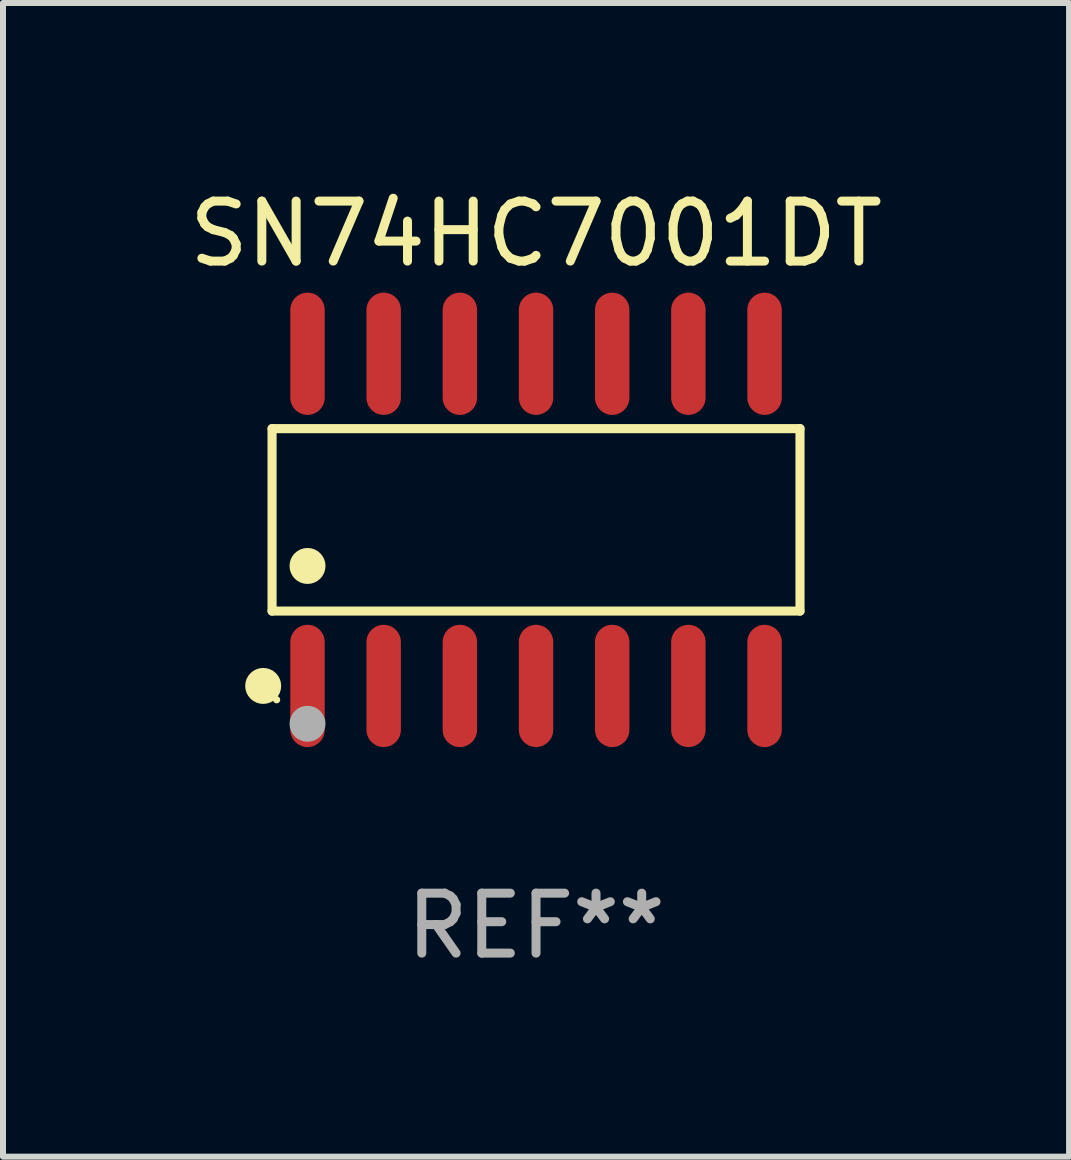
<source format=kicad_pcb>
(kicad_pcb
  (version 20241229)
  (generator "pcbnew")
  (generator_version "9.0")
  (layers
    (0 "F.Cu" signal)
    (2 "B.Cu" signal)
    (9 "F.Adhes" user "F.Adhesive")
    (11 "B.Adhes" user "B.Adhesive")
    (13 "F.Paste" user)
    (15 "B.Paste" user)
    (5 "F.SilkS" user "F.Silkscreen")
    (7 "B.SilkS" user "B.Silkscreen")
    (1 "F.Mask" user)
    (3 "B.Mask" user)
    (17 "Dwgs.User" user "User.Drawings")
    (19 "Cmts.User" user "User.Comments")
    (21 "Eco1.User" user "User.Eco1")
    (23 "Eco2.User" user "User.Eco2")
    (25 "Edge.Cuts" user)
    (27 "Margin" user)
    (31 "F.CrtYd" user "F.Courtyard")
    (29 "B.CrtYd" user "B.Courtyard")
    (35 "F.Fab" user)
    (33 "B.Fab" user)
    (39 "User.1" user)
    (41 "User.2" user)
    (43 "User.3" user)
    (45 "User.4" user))
  (footprint "SN74HC7001DT"
    (layer "F.Cu")
    (at 5.887 5.617)
    (property "Reference" "SN74HC7001DT" (at 0 -4.769 0) (layer "F.SilkS") (effects (font (size 1 1) (thickness 0.15))))
    (attr through_hole)
    (fp_line (start -4.401 -1.521) (end 4.401 -1.521) (stroke (width 0.152) (type solid)) (layer "F.SilkS"))
    (fp_line (start -4.401 1.521) (end -4.401 -1.521) (stroke (width 0.152) (type solid)) (layer "F.SilkS"))
    (fp_line (start 4.401 -1.521) (end 4.401 1.521) (stroke (width 0.152) (type solid)) (layer "F.SilkS"))
    (fp_line (start 4.401 1.521) (end -4.401 1.521) (stroke (width 0.152) (type solid)) (layer "F.SilkS"))
    (fp_circle (center -4.549 2.769) (end -4.399 2.769) (stroke (width 0.3) (type solid)) (fill no) (layer "F.SilkS"))
    (fp_circle (center -4.325 3) (end -4.295 3) (stroke (width 0.06) (type solid)) (fill no) (layer "F.SilkS"))
    (fp_circle (center -3.81 0.769) (end -3.66 0.769) (stroke (width 0.3) (type solid)) (fill no) (layer "F.SilkS"))
    (fp_circle (center -3.81 3.4) (end -3.66 3.4) (stroke (width 0.3) (type solid)) (fill no) (layer "F.Fab"))
    (fp_text user "REF**" (at 0 6.769 0) (layer "F.Fab") (effects (font (size 1 1) (thickness 0.15))))
    (pad "1" smd oval (at -3.81 2.769) (size 0.574 2.038) (layers "F.Cu" "F.Mask" "F.Paste"))
    (pad "2" smd oval (at -2.54 2.769) (size 0.574 2.038) (layers "F.Cu" "F.Mask" "F.Paste"))
    (pad "3" smd oval (at -1.27 2.769) (size 0.574 2.038) (layers "F.Cu" "F.Mask" "F.Paste"))
    (pad "4" smd oval (at 0 2.769) (size 0.574 2.038) (layers "F.Cu" "F.Mask" "F.Paste"))
    (pad "5" smd oval (at 1.27 2.769) (size 0.574 2.038) (layers "F.Cu" "F.Mask" "F.Paste"))
    (pad "6" smd oval (at 2.54 2.769) (size 0.574 2.038) (layers "F.Cu" "F.Mask" "F.Paste"))
    (pad "7" smd oval (at 3.81 2.769) (size 0.574 2.038) (layers "F.Cu" "F.Mask" "F.Paste"))
    (pad "8" smd oval (at 3.81 -2.769) (size 0.574 2.038) (layers "F.Cu" "F.Mask" "F.Paste"))
    (pad "9" smd oval (at 2.54 -2.769) (size 0.574 2.038) (layers "F.Cu" "F.Mask" "F.Paste"))
    (pad "10" smd oval (at 1.27 -2.769) (size 0.574 2.038) (layers "F.Cu" "F.Mask" "F.Paste"))
    (pad "11" smd oval (at 0 -2.769) (size 0.574 2.038) (layers "F.Cu" "F.Mask" "F.Paste"))
    (pad "12" smd oval (at -1.27 -2.769) (size 0.574 2.038) (layers "F.Cu" "F.Mask" "F.Paste"))
    (pad "13" smd oval (at -2.54 -2.769) (size 0.574 2.038) (layers "F.Cu" "F.Mask" "F.Paste"))
    (pad "14" smd oval (at -3.81 -2.769) (size 0.574 2.038) (layers "F.Cu" "F.Mask" "F.Paste")))
  (gr_rect
    (start -3 -3)
    (end 14.774 16.235)
    (stroke (width 0.1) (type default))
    (fill no)
    (layer "Edge.Cuts")))
</source>
